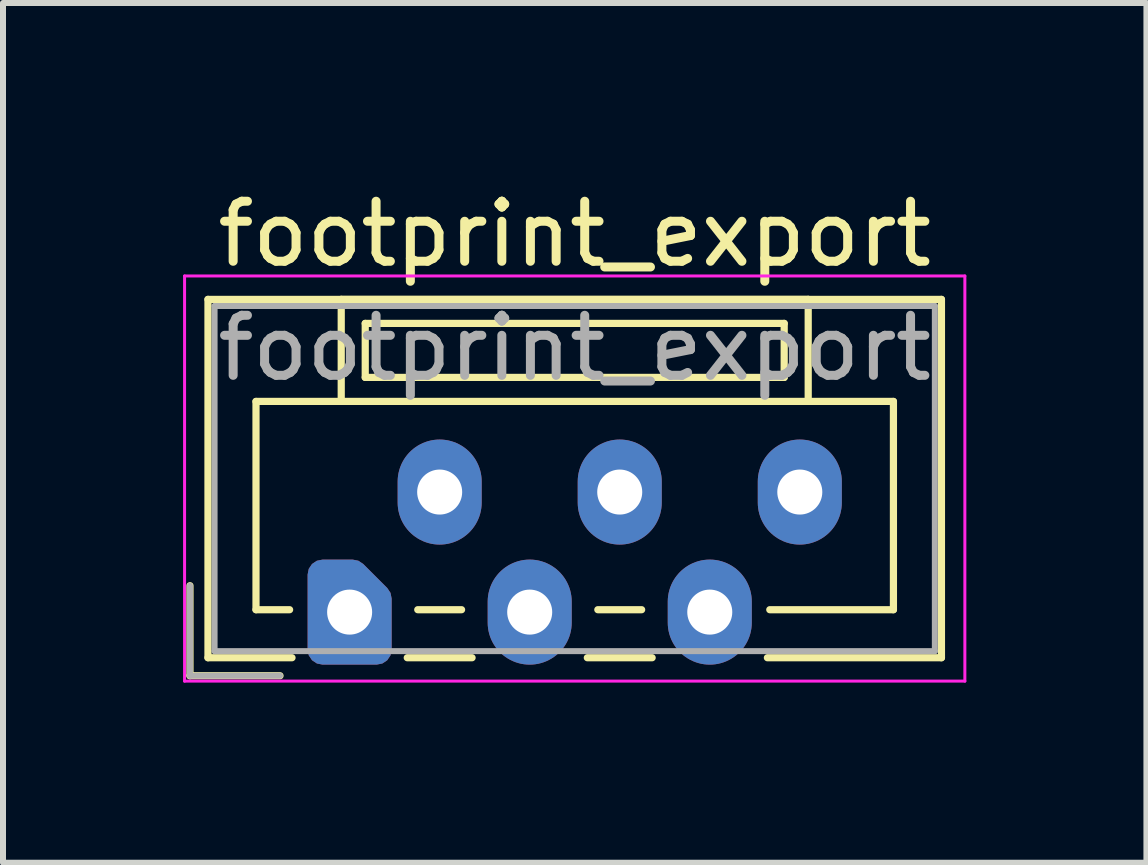
<source format=kicad_pcb>
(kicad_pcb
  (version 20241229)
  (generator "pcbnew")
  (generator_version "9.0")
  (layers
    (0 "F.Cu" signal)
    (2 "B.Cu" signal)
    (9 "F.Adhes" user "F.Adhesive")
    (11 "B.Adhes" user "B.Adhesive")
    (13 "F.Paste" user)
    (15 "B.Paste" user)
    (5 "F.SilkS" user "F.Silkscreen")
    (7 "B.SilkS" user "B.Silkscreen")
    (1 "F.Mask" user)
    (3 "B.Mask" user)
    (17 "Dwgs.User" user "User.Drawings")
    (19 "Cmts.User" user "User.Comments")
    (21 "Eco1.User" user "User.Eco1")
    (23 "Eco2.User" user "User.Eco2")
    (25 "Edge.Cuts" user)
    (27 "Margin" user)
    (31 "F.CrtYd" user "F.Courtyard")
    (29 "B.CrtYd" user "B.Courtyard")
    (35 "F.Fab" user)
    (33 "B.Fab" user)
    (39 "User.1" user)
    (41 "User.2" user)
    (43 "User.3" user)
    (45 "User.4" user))
  (footprint "footprint_export"
    (layer "F.Cu")
    (at 2.775 7.148)
    (property "Reference" "footprint_export" (at 3.75 -6.3 0) (layer "F.SilkS") (effects (font (size 1 1) (thickness 0.15))))
    (attr through_hole)
    (fp_line (start -2.66 -0.44) (end -2.66 1.06) (stroke (width 0.12) (type solid)) (layer "F.SilkS"))
    (fp_line (start -2.66 1.06) (end -1.16 1.06) (stroke (width 0.12) (type solid)) (layer "F.SilkS"))
    (fp_line (start -2.36 -5.21) (end 9.86 -5.21) (stroke (width 0.12) (type solid)) (layer "F.SilkS"))
    (fp_line (start -2.36 0.76) (end -2.36 -5.21) (stroke (width 0.12) (type solid)) (layer "F.SilkS"))
    (fp_line (start -1.56 -3.51) (end -1.56 -0.04) (stroke (width 0.12) (type solid)) (layer "F.SilkS"))
    (fp_line (start -1.56 -0.04) (end -1 -0.04) (stroke (width 0.12) (type solid)) (layer "F.SilkS"))
    (fp_line (start -0.96 0.76) (end -2.36 0.76) (stroke (width 0.12) (type solid)) (layer "F.SilkS"))
    (fp_line (start -0.14 -5.21) (end -0.14 -3.51) (stroke (width 0.12) (type solid)) (layer "F.SilkS"))
    (fp_line (start -0.14 -3.51) (end -1.56 -3.51) (stroke (width 0.12) (type solid)) (layer "F.SilkS"))
    (fp_line (start -0.14 -3.51) (end 7.64 -3.51) (stroke (width 0.12) (type solid)) (layer "F.SilkS"))
    (fp_line (start 0.26 -4.81) (end 0.26 -3.91) (stroke (width 0.12) (type solid)) (layer "F.SilkS"))
    (fp_line (start 0.26 -3.91) (end 7.24 -3.91) (stroke (width 0.12) (type solid)) (layer "F.SilkS"))
    (fp_line (start 0.96 0.76) (end 2.04 0.76) (stroke (width 0.12) (type solid)) (layer "F.SilkS"))
    (fp_line (start 1.135 -0.04) (end 1.865 -0.04) (stroke (width 0.12) (type solid)) (layer "F.SilkS"))
    (fp_line (start 3.96 0.76) (end 5.04 0.76) (stroke (width 0.12) (type solid)) (layer "F.SilkS"))
    (fp_line (start 4.135 -0.04) (end 4.865 -0.04) (stroke (width 0.12) (type solid)) (layer "F.SilkS"))
    (fp_line (start 7.24 -4.81) (end 0.26 -4.81) (stroke (width 0.12) (type solid)) (layer "F.SilkS"))
    (fp_line (start 7.24 -3.91) (end 7.24 -4.81) (stroke (width 0.12) (type solid)) (layer "F.SilkS"))
    (fp_line (start 7.64 -5.21) (end -0.14 -5.21) (stroke (width 0.12) (type solid)) (layer "F.SilkS"))
    (fp_line (start 7.64 -3.51) (end 7.64 -5.21) (stroke (width 0.12) (type solid)) (layer "F.SilkS"))
    (fp_line (start 7.64 -3.51) (end 9.06 -3.51) (stroke (width 0.12) (type solid)) (layer "F.SilkS"))
    (fp_line (start 9.06 -3.51) (end 9.06 -0.04) (stroke (width 0.12) (type solid)) (layer "F.SilkS"))
    (fp_line (start 9.06 -0.04) (end 7 -0.04) (stroke (width 0.12) (type solid)) (layer "F.SilkS"))
    (fp_line (start 9.86 -5.21) (end 9.86 0.76) (stroke (width 0.12) (type solid)) (layer "F.SilkS"))
    (fp_line (start 9.86 0.76) (end 6.96 0.76) (stroke (width 0.12) (type solid)) (layer "F.SilkS"))
    (fp_line (start -2.75 -5.6) (end -2.75 1.15) (stroke (width 0.05) (type solid)) (layer "F.CrtYd"))
    (fp_line (start -2.75 1.15) (end 10.25 1.15) (stroke (width 0.05) (type solid)) (layer "F.CrtYd"))
    (fp_line (start 10.25 -5.6) (end -2.75 -5.6) (stroke (width 0.05) (type solid)) (layer "F.CrtYd"))
    (fp_line (start 10.25 1.15) (end 10.25 -5.6) (stroke (width 0.05) (type solid)) (layer "F.CrtYd"))
    (fp_line (start -2.66 -0.44) (end -2.66 1.06) (stroke (width 0.1) (type solid)) (layer "F.Fab"))
    (fp_line (start -2.66 1.06) (end -1.16 1.06) (stroke (width 0.1) (type solid)) (layer "F.Fab"))
    (fp_line (start -2.25 -5.1) (end -2.25 0.65) (stroke (width 0.1) (type solid)) (layer "F.Fab"))
    (fp_line (start -2.25 0.65) (end 9.75 0.65) (stroke (width 0.1) (type solid)) (layer "F.Fab"))
    (fp_line (start 9.75 -5.1) (end -2.25 -5.1) (stroke (width 0.1) (type solid)) (layer "F.Fab"))
    (fp_line (start 9.75 0.65) (end 9.75 -5.1) (stroke (width 0.1) (type solid)) (layer "F.Fab"))
    (fp_text user "${REFERENCE}" (at 3.75 -4.4 0) (layer "F.Fab") (effects (font (size 1 1) (thickness 0.15))))
    (pad "1" thru_hole custom (at 0 0) (size 1.117 1.117) (drill 0.75) (layers "*.Cu" "*.Mask") (options (anchor circle)) (primitives (gr_poly (pts (xy 0.45 -0.225) (xy 0.45 0.625) (xy -0.45 0.625) (xy -0.45 -0.625) (xy 0.05 -0.625)) (width 0.5) (fill yes))))
    (pad "2" thru_hole oval (at 1.5 -2) (size 1.4 1.75) (drill 0.75) (layers "*.Cu" "*.Mask"))
    (pad "3" thru_hole oval (at 3 0) (size 1.4 1.75) (drill 0.75) (layers "*.Cu" "*.Mask"))
    (pad "4" thru_hole oval (at 4.5 -2) (size 1.4 1.75) (drill 0.75) (layers "*.Cu" "*.Mask"))
    (pad "5" thru_hole oval (at 6 0) (size 1.4 1.75) (drill 0.75) (layers "*.Cu" "*.Mask"))
    (pad "6" thru_hole oval (at 7.5 -2) (size 1.4 1.75) (drill 0.75) (layers "*.Cu" "*.Mask")))
  (gr_rect
    (start -3 -3)
    (end 16.05 11.323)
    (stroke (width 0.1) (type default))
    (fill no)
    (layer "Edge.Cuts")))
</source>
